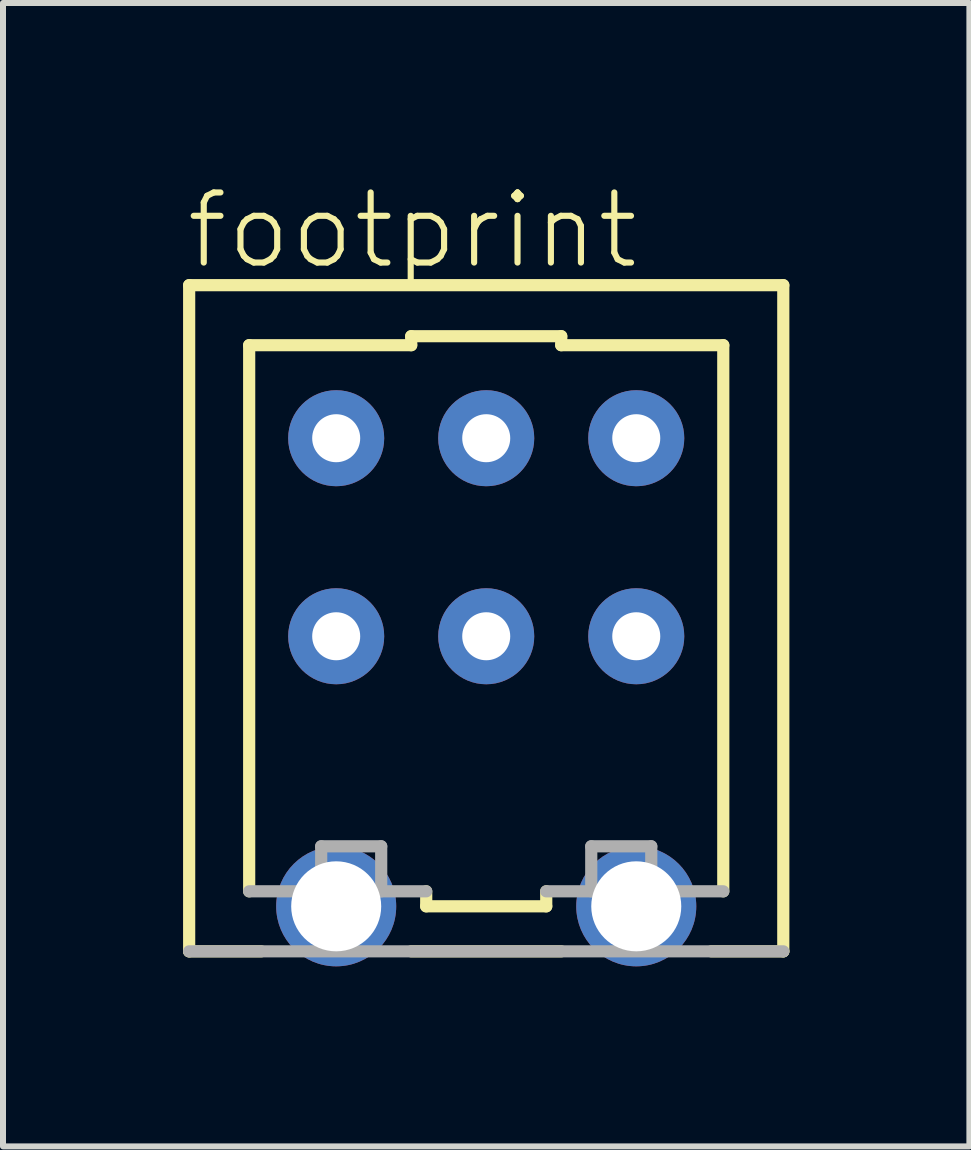
<source format=kicad_pcb>
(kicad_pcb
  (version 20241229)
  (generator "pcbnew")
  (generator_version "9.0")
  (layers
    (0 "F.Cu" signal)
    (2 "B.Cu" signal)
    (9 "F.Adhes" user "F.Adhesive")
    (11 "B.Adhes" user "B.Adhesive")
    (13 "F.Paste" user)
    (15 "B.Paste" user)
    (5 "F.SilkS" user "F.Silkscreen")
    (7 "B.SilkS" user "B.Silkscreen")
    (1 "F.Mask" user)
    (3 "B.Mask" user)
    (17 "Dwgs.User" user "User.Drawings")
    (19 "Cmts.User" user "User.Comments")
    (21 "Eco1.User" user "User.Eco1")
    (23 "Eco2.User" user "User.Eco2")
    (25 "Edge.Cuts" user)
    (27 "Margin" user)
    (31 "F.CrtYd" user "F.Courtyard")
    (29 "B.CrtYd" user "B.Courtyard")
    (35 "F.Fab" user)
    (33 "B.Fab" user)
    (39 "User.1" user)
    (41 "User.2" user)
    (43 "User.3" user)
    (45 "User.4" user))
  (footprint "footprint"
    (layer "F.Cu")
    (at 5.052 7.552)
    (property "Reference" "footprint" (at -5.052 -6.079 0) (layer "F.SilkS") (effects (font (size 1.168 1.168) (thickness 0.102)) (justify left bottom)))
    (fp_line (start -4.95 -5.85) (end 4.95 -5.85) (stroke (width 0.203) (type solid)) (layer "F.SilkS"))
    (fp_line (start -4.95 5.25) (end -4.95 -5.85) (stroke (width 0.203) (type solid)) (layer "F.SilkS"))
    (fp_line (start -3.95 -4.85) (end -1.25 -4.85) (stroke (width 0.203) (type solid)) (layer "F.SilkS"))
    (fp_line (start -3.95 4.25) (end -3.95 -4.85) (stroke (width 0.203) (type solid)) (layer "F.SilkS"))
    (fp_line (start -3.75 5.25) (end -4.95 5.25) (stroke (width 0.203) (type solid)) (layer "F.SilkS"))
    (fp_line (start -1.25 -5) (end 1.25 -5) (stroke (width 0.203) (type solid)) (layer "F.SilkS"))
    (fp_line (start -1.25 -4.85) (end -1.25 -5) (stroke (width 0.203) (type solid)) (layer "F.SilkS"))
    (fp_line (start -1 4.5) (end -1 4.25) (stroke (width 0.203) (type solid)) (layer "F.SilkS"))
    (fp_line (start 1 4.25) (end 1 4.5) (stroke (width 0.203) (type solid)) (layer "F.SilkS"))
    (fp_line (start 1 4.5) (end -1 4.5) (stroke (width 0.203) (type solid)) (layer "F.SilkS"))
    (fp_line (start 1.25 -5) (end 1.25 -4.85) (stroke (width 0.203) (type solid)) (layer "F.SilkS"))
    (fp_line (start 1.25 -4.85) (end 3.95 -4.85) (stroke (width 0.203) (type solid)) (layer "F.SilkS"))
    (fp_line (start 1.25 5.25) (end -1.25 5.25) (stroke (width 0.203) (type solid)) (layer "F.SilkS"))
    (fp_line (start 3.95 -4.85) (end 3.95 4.25) (stroke (width 0.203) (type solid)) (layer "F.SilkS"))
    (fp_line (start 4.95 -5.85) (end 4.95 5.25) (stroke (width 0.203) (type solid)) (layer "F.SilkS"))
    (fp_line (start 4.95 5.25) (end 3.75 5.25) (stroke (width 0.203) (type solid)) (layer "F.SilkS"))
    (fp_line (start -2.75 3.5) (end -2.75 4.25) (stroke (width 0.203) (type solid)) (layer "F.Fab"))
    (fp_line (start -2.75 4.25) (end -3.95 4.25) (stroke (width 0.203) (type solid)) (layer "F.Fab"))
    (fp_line (start -1.75 3.5) (end -2.75 3.5) (stroke (width 0.203) (type solid)) (layer "F.Fab"))
    (fp_line (start -1.75 4.25) (end -1.75 3.5) (stroke (width 0.203) (type solid)) (layer "F.Fab"))
    (fp_line (start -1 4.25) (end -1.75 4.25) (stroke (width 0.203) (type solid)) (layer "F.Fab"))
    (fp_line (start 1.75 3.5) (end 1.75 4.25) (stroke (width 0.203) (type solid)) (layer "F.Fab"))
    (fp_line (start 1.75 4.25) (end 1 4.25) (stroke (width 0.203) (type solid)) (layer "F.Fab"))
    (fp_line (start 2.75 3.5) (end 1.75 3.5) (stroke (width 0.203) (type solid)) (layer "F.Fab"))
    (fp_line (start 2.75 4.25) (end 2.75 3.5) (stroke (width 0.203) (type solid)) (layer "F.Fab"))
    (fp_line (start 3.95 4.25) (end 2.75 4.25) (stroke (width 0.203) (type solid)) (layer "F.Fab"))
    (fp_line (start 4.95 5.25) (end -4.95 5.25) (stroke (width 0.203) (type solid)) (layer "F.Fab"))
    (pad "A1" thru_hole circle (at 2.5 -3.3 180) (size 1.6 1.6) (drill 0.8) (layers "*.Cu" "*.Mask"))
    (pad "A2" thru_hole circle (at 0 -3.3 180) (size 1.6 1.6) (drill 0.8) (layers "*.Cu" "*.Mask"))
    (pad "A3" thru_hole circle (at -2.5 -3.3 180) (size 1.6 1.6) (drill 0.8) (layers "*.Cu" "*.Mask"))
    (pad "B1" thru_hole circle (at 2.5 0 180) (size 1.6 1.6) (drill 0.8) (layers "*.Cu" "*.Mask"))
    (pad "B2" thru_hole circle (at 0 0 180) (size 1.6 1.6) (drill 0.8) (layers "*.Cu" "*.Mask"))
    (pad "B3" thru_hole circle (at -2.5 0 180) (size 1.6 1.6) (drill 0.8) (layers "*.Cu" "*.Mask"))
    (pad "M1" thru_hole circle (at 2.5 4.5) (size 2 2) (drill 1.5) (layers "*.Cu" "*.Mask"))
    (pad "M2" thru_hole circle (at -2.5 4.5) (size 2 2) (drill 1.5) (layers "*.Cu" "*.Mask")))
  (gr_rect
    (start -3 -3)
    (end 13.103 16.052)
    (stroke (width 0.1) (type default))
    (fill no)
    (layer "Edge.Cuts")))
</source>
